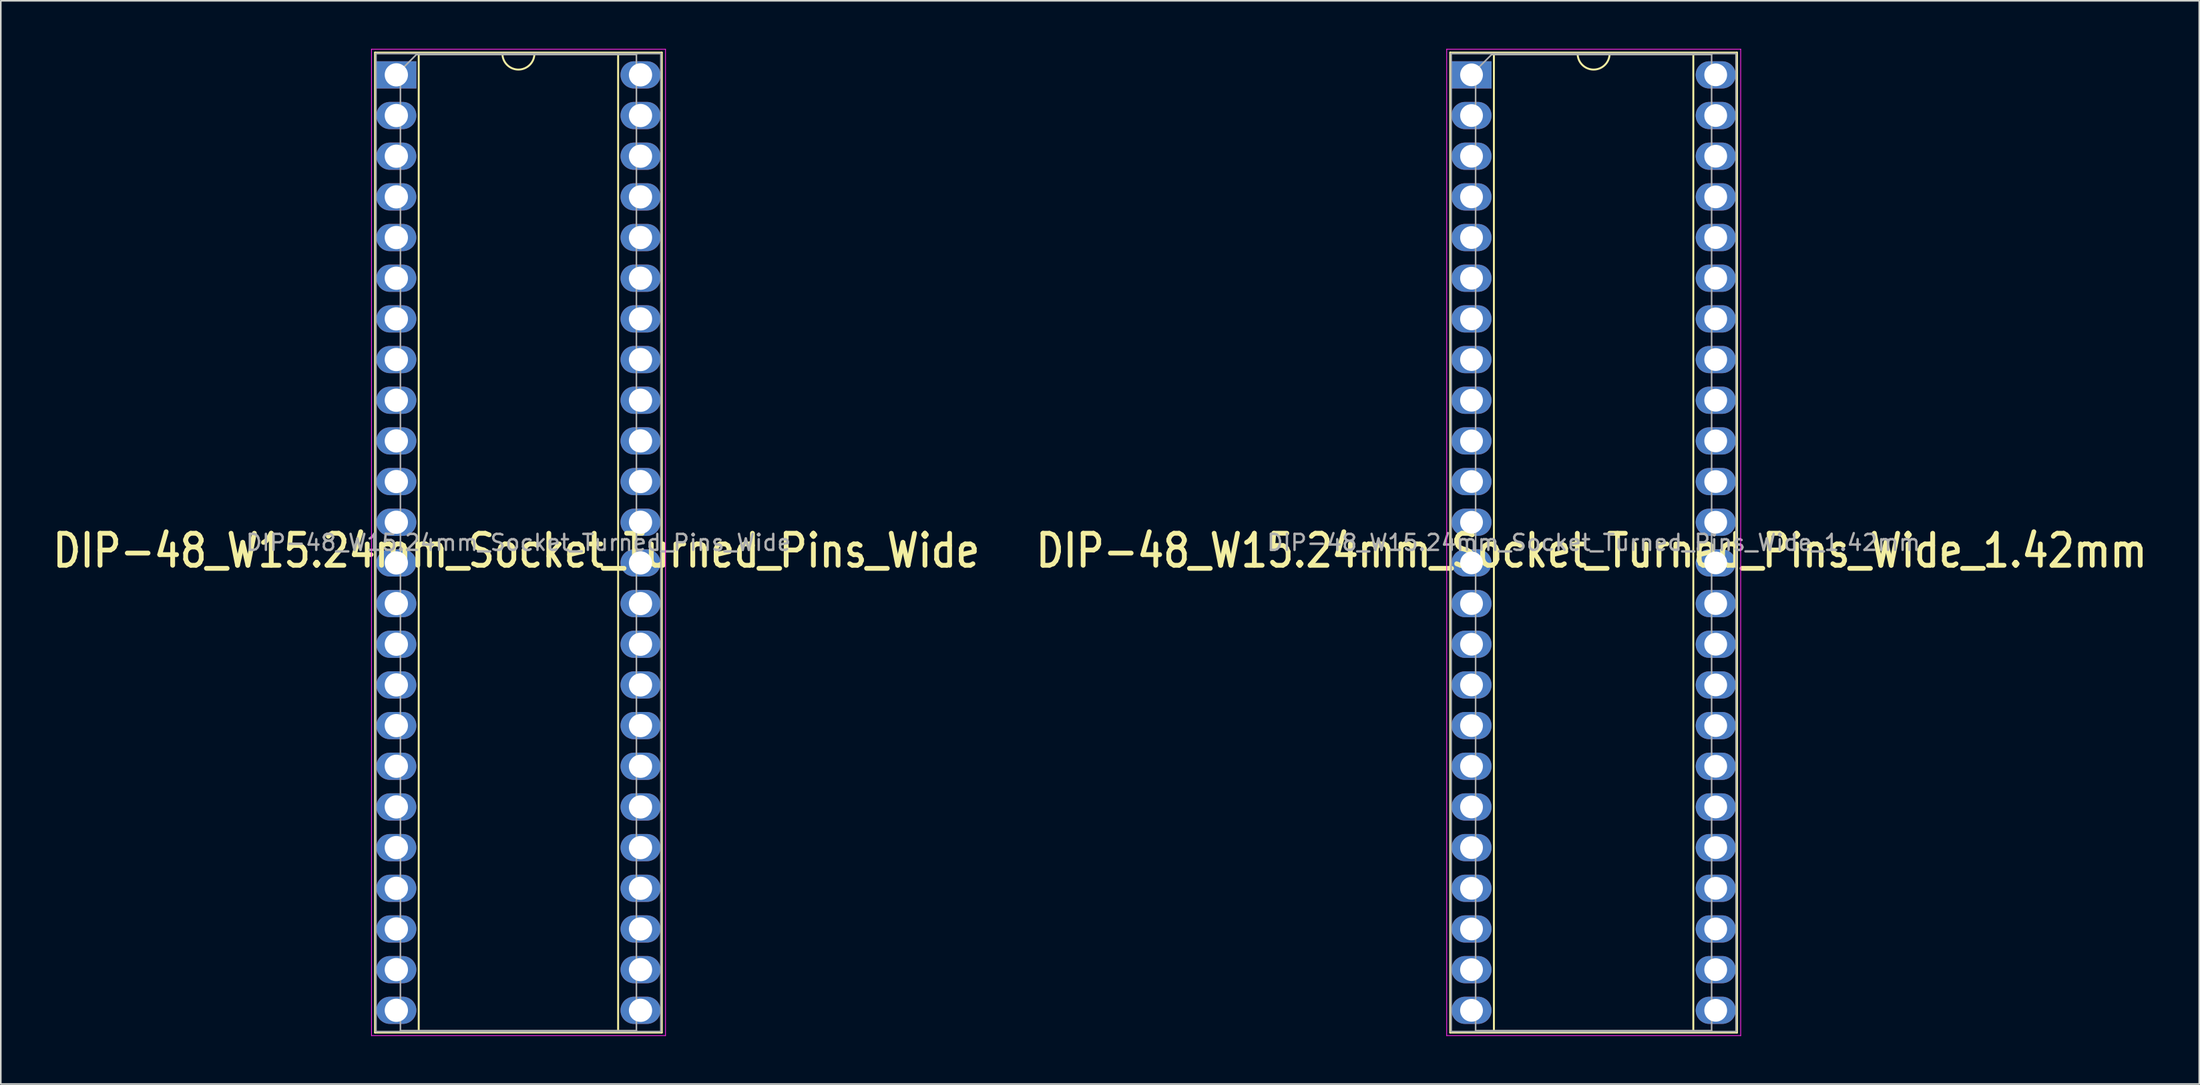
<source format=kicad_pcb>
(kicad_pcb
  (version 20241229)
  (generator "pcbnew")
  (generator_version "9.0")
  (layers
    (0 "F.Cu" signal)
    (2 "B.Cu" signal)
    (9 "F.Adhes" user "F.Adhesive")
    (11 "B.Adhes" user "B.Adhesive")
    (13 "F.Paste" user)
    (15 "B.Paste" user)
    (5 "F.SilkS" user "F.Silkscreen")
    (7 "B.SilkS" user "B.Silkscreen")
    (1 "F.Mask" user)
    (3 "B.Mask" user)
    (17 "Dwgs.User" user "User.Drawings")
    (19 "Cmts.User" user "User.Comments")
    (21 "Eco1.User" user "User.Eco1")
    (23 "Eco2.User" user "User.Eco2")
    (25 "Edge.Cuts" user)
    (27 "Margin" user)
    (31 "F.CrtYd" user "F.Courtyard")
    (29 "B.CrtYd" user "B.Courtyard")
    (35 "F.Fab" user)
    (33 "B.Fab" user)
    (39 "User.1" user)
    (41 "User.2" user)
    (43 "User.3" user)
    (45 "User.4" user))
  (footprint "DIP-48_W15.24mm_Socket_Turned_Pins_Wide"
    (layer "F.Cu")
    (at 21.687 1.625)
    (property "Reference" "DIP-48_W15.24mm_Socket_Turned_Pins_Wide" (at 7.493 29.718 0) (layer "F.SilkS") (effects (font (size 2 1.7) (thickness 0.3))))
    (attr through_hole)
    (fp_line (start -1.33 -1.39) (end -1.33 59.81) (stroke (width 0.12) (type solid)) (layer "F.SilkS"))
    (fp_line (start -1.33 59.81) (end 16.57 59.81) (stroke (width 0.12) (type solid)) (layer "F.SilkS"))
    (fp_line (start 1.397 -1.33) (end 1.397 59.75) (stroke (width 0.12) (type solid)) (layer "F.SilkS"))
    (fp_line (start 1.397 59.75) (end 13.843 59.75) (stroke (width 0.12) (type solid)) (layer "F.SilkS"))
    (fp_line (start 6.62 -1.33) (end 1.397 -1.33) (stroke (width 0.12) (type solid)) (layer "F.SilkS"))
    (fp_line (start 13.843 -1.33) (end 8.62 -1.33) (stroke (width 0.12) (type solid)) (layer "F.SilkS"))
    (fp_line (start 13.843 59.75) (end 13.843 -1.33) (stroke (width 0.12) (type solid)) (layer "F.SilkS"))
    (fp_line (start 16.57 -1.39) (end -1.33 -1.39) (stroke (width 0.12) (type solid)) (layer "F.SilkS"))
    (fp_line (start 16.57 59.81) (end 16.57 -1.39) (stroke (width 0.12) (type solid)) (layer "F.SilkS"))
    (fp_arc (start 8.62 -1.33) (mid 7.62 -0.33) (end 6.62 -1.33) (stroke (width 0.12) (type solid)) (layer "F.SilkS"))
    (fp_line (start -1.55 -1.6) (end -1.55 60) (stroke (width 0.05) (type solid)) (layer "F.CrtYd"))
    (fp_line (start -1.55 60) (end 16.8 60) (stroke (width 0.05) (type solid)) (layer "F.CrtYd"))
    (fp_line (start 16.8 -1.6) (end -1.55 -1.6) (stroke (width 0.05) (type solid)) (layer "F.CrtYd"))
    (fp_line (start 16.8 60) (end 16.8 -1.6) (stroke (width 0.05) (type solid)) (layer "F.CrtYd"))
    (fp_line (start -1.27 -1.33) (end -1.27 59.75) (stroke (width 0.1) (type solid)) (layer "F.Fab"))
    (fp_line (start -1.27 59.75) (end 16.51 59.75) (stroke (width 0.1) (type solid)) (layer "F.Fab"))
    (fp_line (start 0.255 -0.27) (end 1.255 -1.27) (stroke (width 0.1) (type solid)) (layer "F.Fab"))
    (fp_line (start 0.255 59.69) (end 0.255 -0.27) (stroke (width 0.1) (type solid)) (layer "F.Fab"))
    (fp_line (start 1.255 -1.27) (end 14.985 -1.27) (stroke (width 0.1) (type solid)) (layer "F.Fab"))
    (fp_line (start 14.985 -1.27) (end 14.985 59.69) (stroke (width 0.1) (type solid)) (layer "F.Fab"))
    (fp_line (start 14.985 59.69) (end 0.255 59.69) (stroke (width 0.1) (type solid)) (layer "F.Fab"))
    (fp_line (start 16.51 -1.33) (end -1.27 -1.33) (stroke (width 0.1) (type solid)) (layer "F.Fab"))
    (fp_line (start 16.51 59.75) (end 16.51 -1.33) (stroke (width 0.1) (type solid)) (layer "F.Fab"))
    (fp_text user "${REFERENCE}" (at 7.62 29.21 180) (layer "F.Fab") (effects (font (size 1 1) (thickness 0.15))))
    (pad "1" thru_hole rect (at 0 0) (size 2.5 1.7) (drill 1.45) (layers "*.Cu" "*.Mask"))
    (pad "2" thru_hole oval (at 0 2.54) (size 2.5 1.7) (drill 1.45) (layers "*.Cu" "*.Mask"))
    (pad "3" thru_hole oval (at 0 5.08) (size 2.5 1.7) (drill 1.45) (layers "*.Cu" "*.Mask"))
    (pad "4" thru_hole oval (at 0 7.62) (size 2.5 1.7) (drill 1.45) (layers "*.Cu" "*.Mask"))
    (pad "5" thru_hole oval (at 0 10.16) (size 2.5 1.7) (drill 1.45) (layers "*.Cu" "*.Mask"))
    (pad "6" thru_hole oval (at 0 12.7) (size 2.5 1.7) (drill 1.45) (layers "*.Cu" "*.Mask"))
    (pad "7" thru_hole oval (at 0 15.24) (size 2.5 1.7) (drill 1.45) (layers "*.Cu" "*.Mask"))
    (pad "8" thru_hole oval (at 0 17.78) (size 2.5 1.7) (drill 1.45) (layers "*.Cu" "*.Mask"))
    (pad "9" thru_hole oval (at 0 20.32) (size 2.5 1.7) (drill 1.45) (layers "*.Cu" "*.Mask"))
    (pad "10" thru_hole oval (at 0 22.86) (size 2.5 1.7) (drill 1.45) (layers "*.Cu" "*.Mask"))
    (pad "11" thru_hole oval (at 0 25.4) (size 2.5 1.7) (drill 1.45) (layers "*.Cu" "*.Mask"))
    (pad "12" thru_hole oval (at 0 27.94) (size 2.5 1.7) (drill 1.45) (layers "*.Cu" "*.Mask"))
    (pad "13" thru_hole oval (at 0 30.48) (size 2.5 1.7) (drill 1.45) (layers "*.Cu" "*.Mask"))
    (pad "14" thru_hole oval (at 0 33.02) (size 2.5 1.7) (drill 1.45) (layers "*.Cu" "*.Mask"))
    (pad "15" thru_hole oval (at 0 35.56) (size 2.5 1.7) (drill 1.45) (layers "*.Cu" "*.Mask"))
    (pad "16" thru_hole oval (at 0 38.1) (size 2.5 1.7) (drill 1.45) (layers "*.Cu" "*.Mask"))
    (pad "17" thru_hole oval (at 0 40.64) (size 2.5 1.7) (drill 1.45) (layers "*.Cu" "*.Mask"))
    (pad "18" thru_hole oval (at 0 43.18) (size 2.5 1.7) (drill 1.45) (layers "*.Cu" "*.Mask"))
    (pad "19" thru_hole oval (at 0 45.72) (size 2.5 1.7) (drill 1.45) (layers "*.Cu" "*.Mask"))
    (pad "20" thru_hole oval (at 0 48.26) (size 2.5 1.7) (drill 1.45) (layers "*.Cu" "*.Mask"))
    (pad "21" thru_hole oval (at 0 50.8) (size 2.5 1.7) (drill 1.45) (layers "*.Cu" "*.Mask"))
    (pad "22" thru_hole oval (at 0 53.34) (size 2.5 1.7) (drill 1.45) (layers "*.Cu" "*.Mask"))
    (pad "23" thru_hole oval (at 0 55.88) (size 2.5 1.7) (drill 1.45) (layers "*.Cu" "*.Mask"))
    (pad "24" thru_hole oval (at 0 58.42) (size 2.5 1.7) (drill 1.45) (layers "*.Cu" "*.Mask"))
    (pad "25" thru_hole oval (at 15.24 58.42) (size 2.5 1.7) (drill 1.45) (layers "*.Cu" "*.Mask"))
    (pad "26" thru_hole oval (at 15.24 55.88) (size 2.5 1.7) (drill 1.45) (layers "*.Cu" "*.Mask"))
    (pad "27" thru_hole oval (at 15.24 53.34) (size 2.5 1.7) (drill 1.45) (layers "*.Cu" "*.Mask"))
    (pad "28" thru_hole oval (at 15.24 50.8) (size 2.5 1.7) (drill 1.45) (layers "*.Cu" "*.Mask"))
    (pad "29" thru_hole oval (at 15.24 48.26) (size 2.5 1.7) (drill 1.45) (layers "*.Cu" "*.Mask"))
    (pad "30" thru_hole oval (at 15.24 45.72) (size 2.5 1.7) (drill 1.45) (layers "*.Cu" "*.Mask"))
    (pad "31" thru_hole oval (at 15.24 43.18) (size 2.5 1.7) (drill 1.45) (layers "*.Cu" "*.Mask"))
    (pad "32" thru_hole oval (at 15.24 40.64) (size 2.5 1.7) (drill 1.45) (layers "*.Cu" "*.Mask"))
    (pad "33" thru_hole oval (at 15.24 38.1) (size 2.5 1.7) (drill 1.45) (layers "*.Cu" "*.Mask"))
    (pad "34" thru_hole oval (at 15.24 35.56) (size 2.5 1.7) (drill 1.45) (layers "*.Cu" "*.Mask"))
    (pad "35" thru_hole oval (at 15.24 33.02) (size 2.5 1.7) (drill 1.45) (layers "*.Cu" "*.Mask"))
    (pad "36" thru_hole oval (at 15.24 30.48) (size 2.5 1.7) (drill 1.45) (layers "*.Cu" "*.Mask"))
    (pad "37" thru_hole oval (at 15.24 27.94) (size 2.5 1.7) (drill 1.45) (layers "*.Cu" "*.Mask"))
    (pad "38" thru_hole oval (at 15.24 25.4) (size 2.5 1.7) (drill 1.45) (layers "*.Cu" "*.Mask"))
    (pad "39" thru_hole oval (at 15.24 22.86) (size 2.5 1.7) (drill 1.45) (layers "*.Cu" "*.Mask"))
    (pad "40" thru_hole oval (at 15.24 20.32) (size 2.5 1.7) (drill 1.45) (layers "*.Cu" "*.Mask"))
    (pad "41" thru_hole oval (at 15.24 17.78) (size 2.5 1.7) (drill 1.45) (layers "*.Cu" "*.Mask"))
    (pad "42" thru_hole oval (at 15.24 15.24) (size 2.5 1.7) (drill 1.45) (layers "*.Cu" "*.Mask"))
    (pad "43" thru_hole oval (at 15.24 12.7) (size 2.5 1.7) (drill 1.45) (layers "*.Cu" "*.Mask"))
    (pad "44" thru_hole oval (at 15.24 10.16) (size 2.5 1.7) (drill 1.45) (layers "*.Cu" "*.Mask"))
    (pad "45" thru_hole oval (at 15.24 7.62) (size 2.5 1.7) (drill 1.45) (layers "*.Cu" "*.Mask"))
    (pad "46" thru_hole oval (at 15.24 5.08) (size 2.5 1.7) (drill 1.45) (layers "*.Cu" "*.Mask"))
    (pad "47" thru_hole oval (at 15.24 2.54) (size 2.5 1.7) (drill 1.45) (layers "*.Cu" "*.Mask"))
    (pad "48" thru_hole oval (at 15.24 0) (size 2.5 1.7) (drill 1.45) (layers "*.Cu" "*.Mask")))
  (footprint "DIP-48_W15.24mm_Socket_Turned_Pins_Wide_1.42mm"
    (layer "F.Cu")
    (at 88.795 1.625)
    (property "Reference" "DIP-48_W15.24mm_Socket_Turned_Pins_Wide_1.42mm" (at 7.493 29.718 0) (layer "F.SilkS") (effects (font (size 2 1.7) (thickness 0.3))))
    (attr through_hole)
    (fp_line (start -1.33 -1.39) (end -1.33 59.81) (stroke (width 0.12) (type solid)) (layer "F.SilkS"))
    (fp_line (start -1.33 59.81) (end 16.57 59.81) (stroke (width 0.12) (type solid)) (layer "F.SilkS"))
    (fp_line (start 1.397 -1.33) (end 1.397 59.75) (stroke (width 0.12) (type solid)) (layer "F.SilkS"))
    (fp_line (start 1.397 59.75) (end 13.843 59.75) (stroke (width 0.12) (type solid)) (layer "F.SilkS"))
    (fp_line (start 6.62 -1.33) (end 1.397 -1.33) (stroke (width 0.12) (type solid)) (layer "F.SilkS"))
    (fp_line (start 13.843 -1.33) (end 8.62 -1.33) (stroke (width 0.12) (type solid)) (layer "F.SilkS"))
    (fp_line (start 13.843 59.75) (end 13.843 -1.33) (stroke (width 0.12) (type solid)) (layer "F.SilkS"))
    (fp_line (start 16.57 -1.39) (end -1.33 -1.39) (stroke (width 0.12) (type solid)) (layer "F.SilkS"))
    (fp_line (start 16.57 59.81) (end 16.57 -1.39) (stroke (width 0.12) (type solid)) (layer "F.SilkS"))
    (fp_arc (start 8.62 -1.33) (mid 7.62 -0.33) (end 6.62 -1.33) (stroke (width 0.12) (type solid)) (layer "F.SilkS"))
    (fp_line (start -1.55 -1.6) (end -1.55 60) (stroke (width 0.05) (type solid)) (layer "F.CrtYd"))
    (fp_line (start -1.55 60) (end 16.8 60) (stroke (width 0.05) (type solid)) (layer "F.CrtYd"))
    (fp_line (start 16.8 -1.6) (end -1.55 -1.6) (stroke (width 0.05) (type solid)) (layer "F.CrtYd"))
    (fp_line (start 16.8 60) (end 16.8 -1.6) (stroke (width 0.05) (type solid)) (layer "F.CrtYd"))
    (fp_line (start -1.27 -1.33) (end -1.27 59.75) (stroke (width 0.1) (type solid)) (layer "F.Fab"))
    (fp_line (start -1.27 59.75) (end 16.51 59.75) (stroke (width 0.1) (type solid)) (layer "F.Fab"))
    (fp_line (start 0.255 -0.27) (end 1.255 -1.27) (stroke (width 0.1) (type solid)) (layer "F.Fab"))
    (fp_line (start 0.255 59.69) (end 0.255 -0.27) (stroke (width 0.1) (type solid)) (layer "F.Fab"))
    (fp_line (start 1.255 -1.27) (end 14.985 -1.27) (stroke (width 0.1) (type solid)) (layer "F.Fab"))
    (fp_line (start 14.985 -1.27) (end 14.985 59.69) (stroke (width 0.1) (type solid)) (layer "F.Fab"))
    (fp_line (start 14.985 59.69) (end 0.255 59.69) (stroke (width 0.1) (type solid)) (layer "F.Fab"))
    (fp_line (start 16.51 -1.33) (end -1.27 -1.33) (stroke (width 0.1) (type solid)) (layer "F.Fab"))
    (fp_line (start 16.51 59.75) (end 16.51 -1.33) (stroke (width 0.1) (type solid)) (layer "F.Fab"))
    (fp_text user "${REFERENCE}" (at 7.62 29.21 180) (layer "F.Fab") (effects (font (size 1 1) (thickness 0.15))))
    (pad "1" thru_hole rect (at 0 0) (size 2.5 1.7) (drill 1.42) (layers "*.Cu" "*.Mask"))
    (pad "2" thru_hole oval (at 0 2.54) (size 2.5 1.7) (drill 1.42) (layers "*.Cu" "*.Mask"))
    (pad "3" thru_hole oval (at 0 5.08) (size 2.5 1.7) (drill 1.42) (layers "*.Cu" "*.Mask"))
    (pad "4" thru_hole oval (at 0 7.62) (size 2.5 1.7) (drill 1.42) (layers "*.Cu" "*.Mask"))
    (pad "5" thru_hole oval (at 0 10.16) (size 2.5 1.7) (drill 1.42) (layers "*.Cu" "*.Mask"))
    (pad "6" thru_hole oval (at 0 12.7) (size 2.5 1.7) (drill 1.42) (layers "*.Cu" "*.Mask"))
    (pad "7" thru_hole oval (at 0 15.24) (size 2.5 1.7) (drill 1.42) (layers "*.Cu" "*.Mask"))
    (pad "8" thru_hole oval (at 0 17.78) (size 2.5 1.7) (drill 1.42) (layers "*.Cu" "*.Mask"))
    (pad "9" thru_hole oval (at 0 20.32) (size 2.5 1.7) (drill 1.42) (layers "*.Cu" "*.Mask"))
    (pad "10" thru_hole oval (at 0 22.86) (size 2.5 1.7) (drill 1.42) (layers "*.Cu" "*.Mask"))
    (pad "11" thru_hole oval (at 0 25.4) (size 2.5 1.7) (drill 1.42) (layers "*.Cu" "*.Mask"))
    (pad "12" thru_hole oval (at 0 27.94) (size 2.5 1.7) (drill 1.42) (layers "*.Cu" "*.Mask"))
    (pad "13" thru_hole oval (at 0 30.48) (size 2.5 1.7) (drill 1.42) (layers "*.Cu" "*.Mask"))
    (pad "14" thru_hole oval (at 0 33.02) (size 2.5 1.7) (drill 1.42) (layers "*.Cu" "*.Mask"))
    (pad "15" thru_hole oval (at 0 35.56) (size 2.5 1.7) (drill 1.42) (layers "*.Cu" "*.Mask"))
    (pad "16" thru_hole oval (at 0 38.1) (size 2.5 1.7) (drill 1.42) (layers "*.Cu" "*.Mask"))
    (pad "17" thru_hole oval (at 0 40.64) (size 2.5 1.7) (drill 1.42) (layers "*.Cu" "*.Mask"))
    (pad "18" thru_hole oval (at 0 43.18) (size 2.5 1.7) (drill 1.42) (layers "*.Cu" "*.Mask"))
    (pad "19" thru_hole oval (at 0 45.72) (size 2.5 1.7) (drill 1.42) (layers "*.Cu" "*.Mask"))
    (pad "20" thru_hole oval (at 0 48.26) (size 2.5 1.7) (drill 1.42) (layers "*.Cu" "*.Mask"))
    (pad "21" thru_hole oval (at 0 50.8) (size 2.5 1.7) (drill 1.42) (layers "*.Cu" "*.Mask"))
    (pad "22" thru_hole oval (at 0 53.34) (size 2.5 1.7) (drill 1.42) (layers "*.Cu" "*.Mask"))
    (pad "23" thru_hole oval (at 0 55.88) (size 2.5 1.7) (drill 1.42) (layers "*.Cu" "*.Mask"))
    (pad "24" thru_hole oval (at 0 58.42) (size 2.5 1.7) (drill 1.42) (layers "*.Cu" "*.Mask"))
    (pad "25" thru_hole oval (at 15.24 58.42) (size 2.5 1.7) (drill 1.42) (layers "*.Cu" "*.Mask"))
    (pad "26" thru_hole oval (at 15.24 55.88) (size 2.5 1.7) (drill 1.42) (layers "*.Cu" "*.Mask"))
    (pad "27" thru_hole oval (at 15.24 53.34) (size 2.5 1.7) (drill 1.42) (layers "*.Cu" "*.Mask"))
    (pad "28" thru_hole oval (at 15.24 50.8) (size 2.5 1.7) (drill 1.42) (layers "*.Cu" "*.Mask"))
    (pad "29" thru_hole oval (at 15.24 48.26) (size 2.5 1.7) (drill 1.42) (layers "*.Cu" "*.Mask"))
    (pad "30" thru_hole oval (at 15.24 45.72) (size 2.5 1.7) (drill 1.42) (layers "*.Cu" "*.Mask"))
    (pad "31" thru_hole oval (at 15.24 43.18) (size 2.5 1.7) (drill 1.42) (layers "*.Cu" "*.Mask"))
    (pad "32" thru_hole oval (at 15.24 40.64) (size 2.5 1.7) (drill 1.42) (layers "*.Cu" "*.Mask"))
    (pad "33" thru_hole oval (at 15.24 38.1) (size 2.5 1.7) (drill 1.42) (layers "*.Cu" "*.Mask"))
    (pad "34" thru_hole oval (at 15.24 35.56) (size 2.5 1.7) (drill 1.42) (layers "*.Cu" "*.Mask"))
    (pad "35" thru_hole oval (at 15.24 33.02) (size 2.5 1.7) (drill 1.42) (layers "*.Cu" "*.Mask"))
    (pad "36" thru_hole oval (at 15.24 30.48) (size 2.5 1.7) (drill 1.42) (layers "*.Cu" "*.Mask"))
    (pad "37" thru_hole oval (at 15.24 27.94) (size 2.5 1.7) (drill 1.42) (layers "*.Cu" "*.Mask"))
    (pad "38" thru_hole oval (at 15.24 25.4) (size 2.5 1.7) (drill 1.42) (layers "*.Cu" "*.Mask"))
    (pad "39" thru_hole oval (at 15.24 22.86) (size 2.5 1.7) (drill 1.42) (layers "*.Cu" "*.Mask"))
    (pad "40" thru_hole oval (at 15.24 20.32) (size 2.5 1.7) (drill 1.42) (layers "*.Cu" "*.Mask"))
    (pad "41" thru_hole oval (at 15.24 17.78) (size 2.5 1.7) (drill 1.42) (layers "*.Cu" "*.Mask"))
    (pad "42" thru_hole oval (at 15.24 15.24) (size 2.5 1.7) (drill 1.42) (layers "*.Cu" "*.Mask"))
    (pad "43" thru_hole oval (at 15.24 12.7) (size 2.5 1.7) (drill 1.42) (layers "*.Cu" "*.Mask"))
    (pad "44" thru_hole oval (at 15.24 10.16) (size 2.5 1.7) (drill 1.42) (layers "*.Cu" "*.Mask"))
    (pad "45" thru_hole oval (at 15.24 7.62) (size 2.5 1.7) (drill 1.42) (layers "*.Cu" "*.Mask"))
    (pad "46" thru_hole oval (at 15.24 5.08) (size 2.5 1.7) (drill 1.42) (layers "*.Cu" "*.Mask"))
    (pad "47" thru_hole oval (at 15.24 2.54) (size 2.5 1.7) (drill 1.42) (layers "*.Cu" "*.Mask"))
    (pad "48" thru_hole oval (at 15.24 0) (size 2.5 1.7) (drill 1.42) (layers "*.Cu" "*.Mask")))
  (gr_rect
    (start -3 -3)
    (end 134.215 64.65)
    (stroke (width 0.1) (type default))
    (fill no)
    (layer "Edge.Cuts")))
</source>
